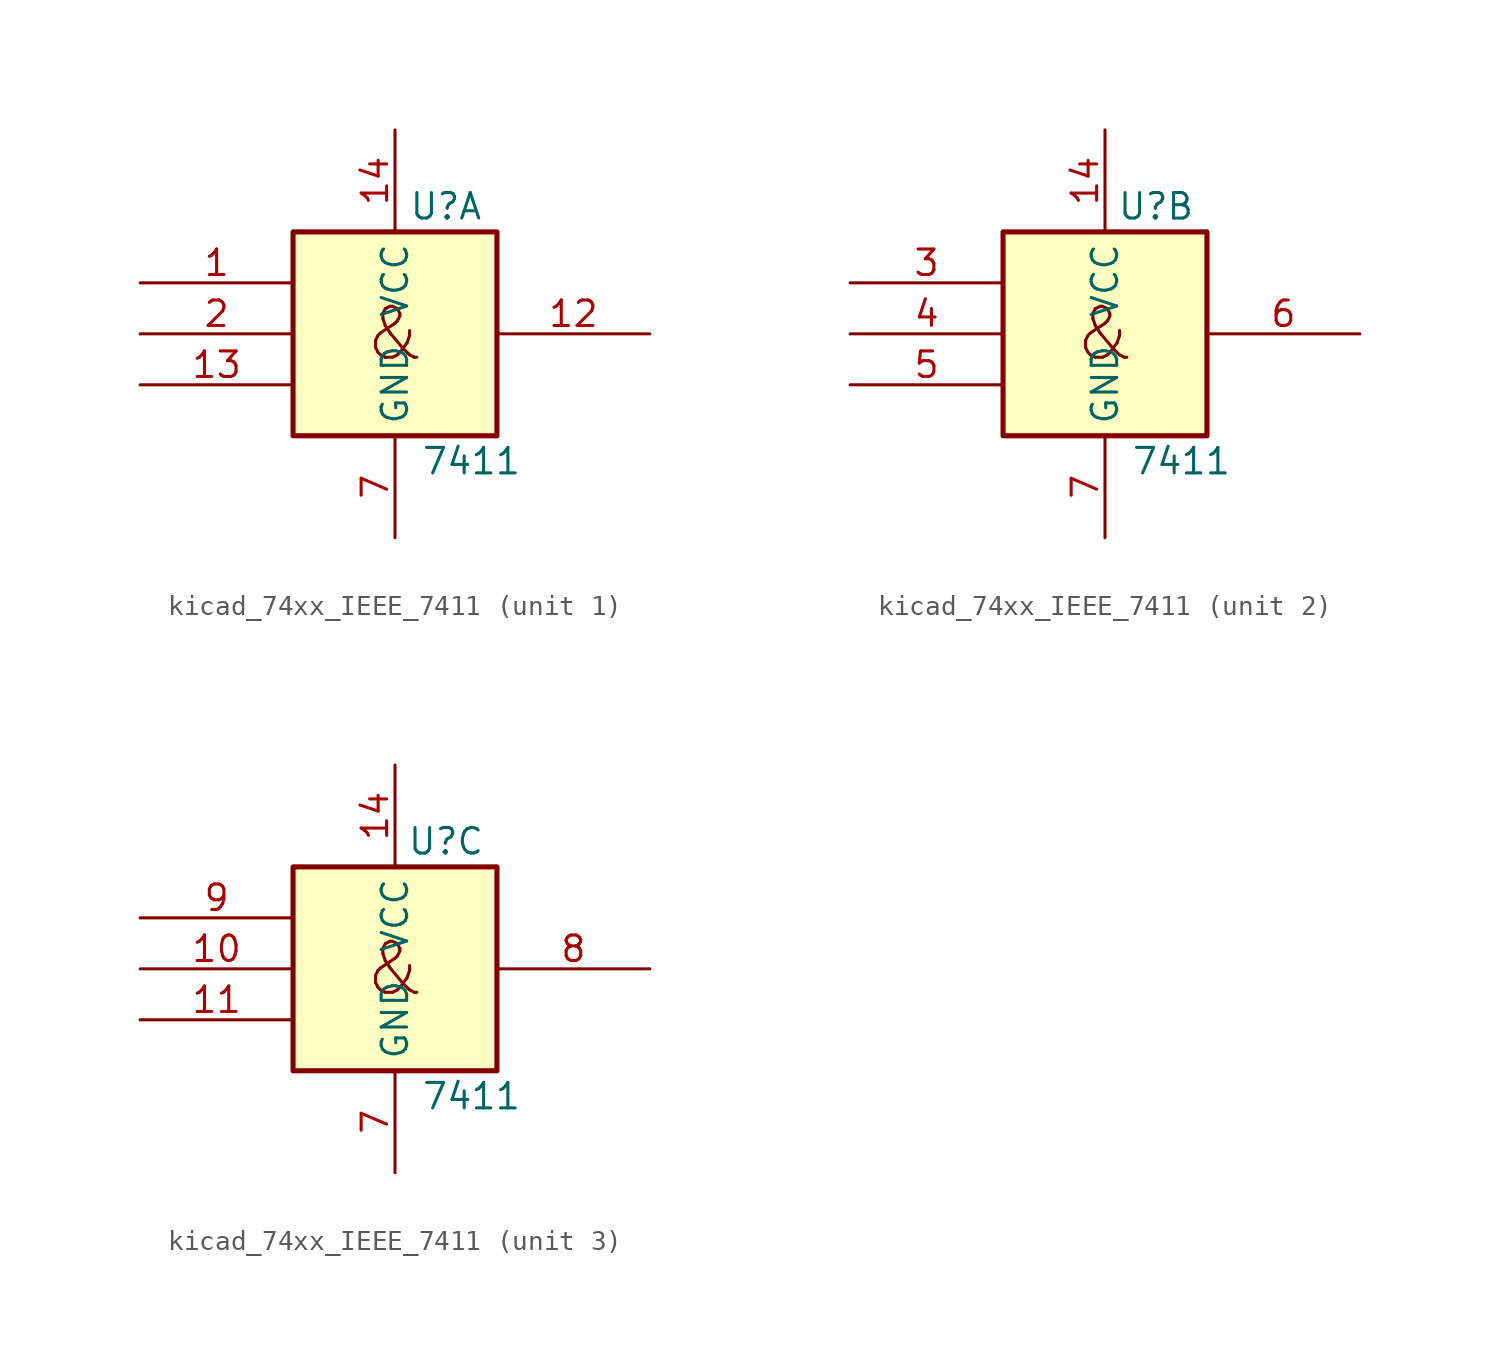
<source format=kicad_sym>
(kicad_symbol_lib
  (version 20220914)
  (generator kicad_symbol_editor)
  (symbol "kicad_74xx_IEEE_7411"
    (property "Reference" "U"
      (at 2.54 6.35 0)
      (effects (font (size 1.27 1.27))))
    (property "Value" "7411"
      (at 3.81 -6.35 0)
      (effects (font (size 1.27 1.27))))
    (symbol "kicad_74xx_IEEE_7411_0_0"
      (text "&" (at 0 0 0) (effects (font (size 2.54 2.54)))))
    (symbol "kicad_74xx_IEEE_7411_0_1"
      (rectangle (start -5.08 5.08) (end 5.08 -5.08) (stroke (width 0.254) (type default)) (fill (type background)))
      (pin power_in line (at 0 10.16 270) (length 5.08) (name "VCC" (effects (font (size 1.27 1.27)))) (number "14" (effects (font (size 1.27 1.27)))))
      (pin power_in line (at 0 -10.16 90) (length 5.08) (name "GND" (effects (font (size 1.27 1.27)))) (number "7" (effects (font (size 1.27 1.27))))))
    (symbol "kicad_74xx_IEEE_7411_1_1"
      (pin input line (at -12.7 2.54 0) (length 7.62) (name "~" (effects (font (size 1.27 1.27)))) (number "1" (effects (font (size 1.27 1.27)))))
      (pin output line (at 12.7 0 180) (length 7.62) (name "~" (effects (font (size 1.27 1.27)))) (number "12" (effects (font (size 1.27 1.27)))))
      (pin input line (at -12.7 -2.54 0) (length 7.62) (name "~" (effects (font (size 1.27 1.27)))) (number "13" (effects (font (size 1.27 1.27)))))
      (pin input line (at -12.7 0 0) (length 7.62) (name "~" (effects (font (size 1.27 1.27)))) (number "2" (effects (font (size 1.27 1.27))))))
    (symbol "kicad_74xx_IEEE_7411_2_1"
      (pin input line (at -12.7 2.54 0) (length 7.62) (name "~" (effects (font (size 1.27 1.27)))) (number "3" (effects (font (size 1.27 1.27)))))
      (pin input line (at -12.7 0 0) (length 7.62) (name "~" (effects (font (size 1.27 1.27)))) (number "4" (effects (font (size 1.27 1.27)))))
      (pin input line (at -12.7 -2.54 0) (length 7.62) (name "~" (effects (font (size 1.27 1.27)))) (number "5" (effects (font (size 1.27 1.27)))))
      (pin output line (at 12.7 0 180) (length 7.62) (name "~" (effects (font (size 1.27 1.27)))) (number "6" (effects (font (size 1.27 1.27))))))
    (symbol "kicad_74xx_IEEE_7411_3_1"
      (pin input line (at -12.7 0 0) (length 7.62) (name "~" (effects (font (size 1.27 1.27)))) (number "10" (effects (font (size 1.27 1.27)))))
      (pin input line (at -12.7 -2.54 0) (length 7.62) (name "~" (effects (font (size 1.27 1.27)))) (number "11" (effects (font (size 1.27 1.27)))))
      (pin output line (at 12.7 0 180) (length 7.62) (name "~" (effects (font (size 1.27 1.27)))) (number "8" (effects (font (size 1.27 1.27)))))
      (pin input line (at -12.7 2.54 0) (length 7.62) (name "~" (effects (font (size 1.27 1.27)))) (number "9" (effects (font (size 1.27 1.27))))))))
</source>
